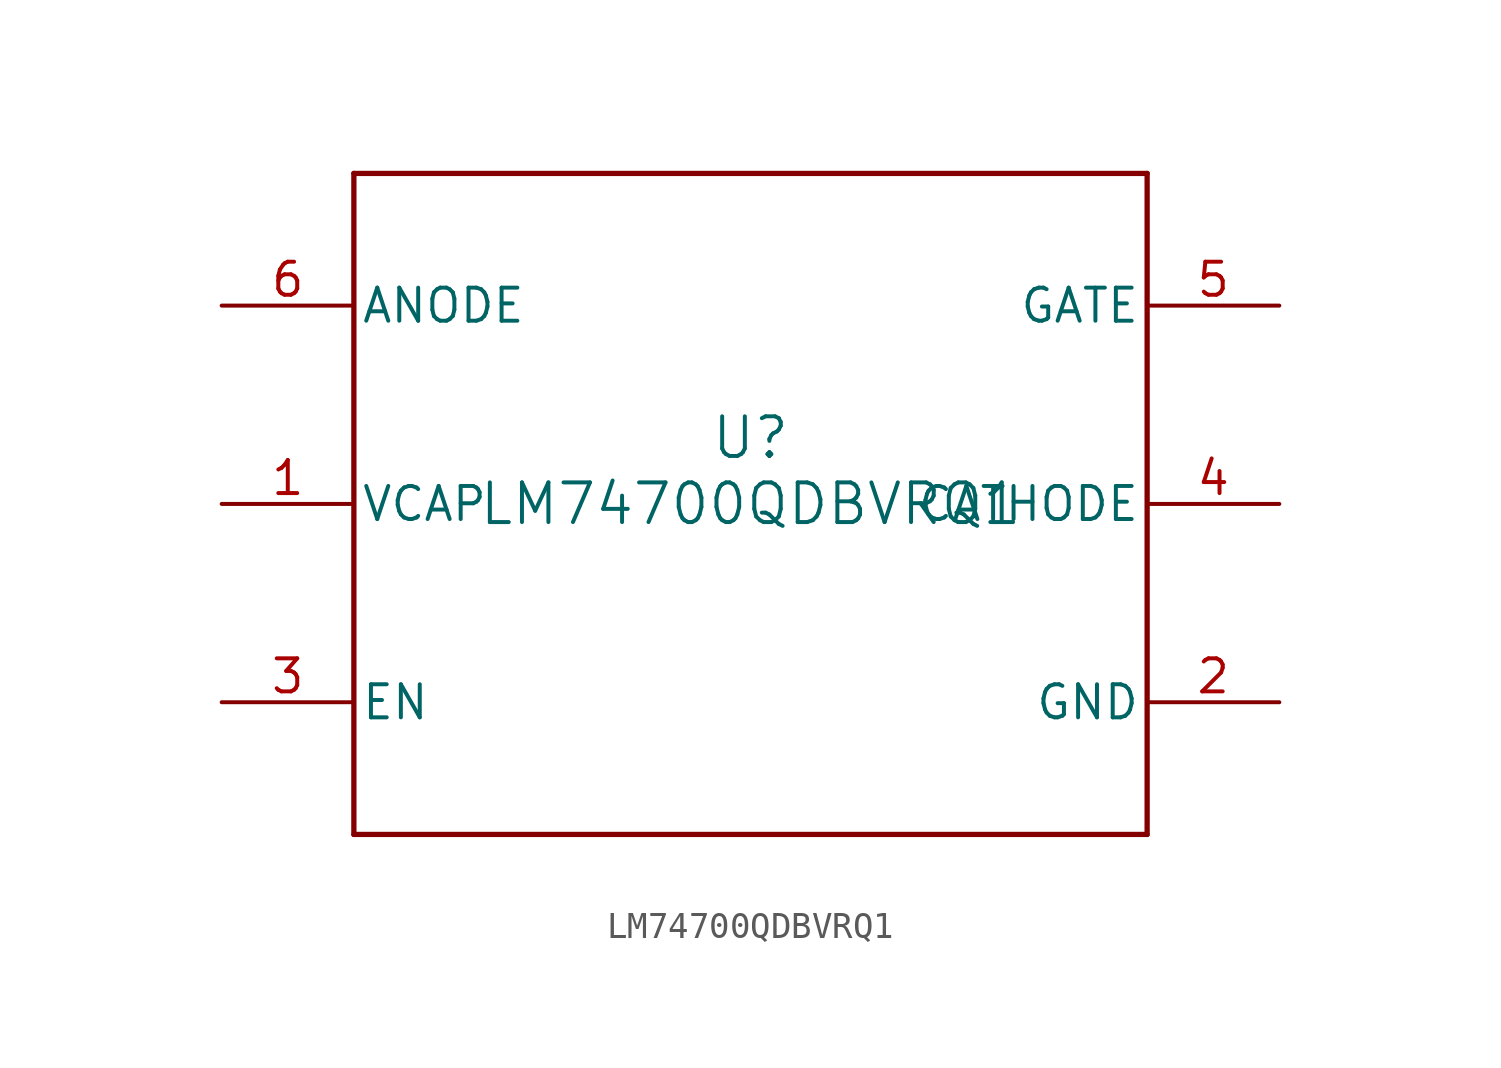
<source format=kicad_sym>
(kicad_symbol_lib
  (version 20220914)
  (generator kicad_symbol_editor)
  (symbol "LM74700QDBVRQ1"
    (pin_names
      (offset 0.254))
    (property "Reference" "U"
      (at 0 2.54 0)
      (effects (font (size 1.524 1.524))))
    (property "Value" "LM74700QDBVRQ1"
      (at 0 0 0)
      (effects (font (size 1.524 1.524))))
    (property "ki_locked" ""
      (at 0 0 0)
      (effects (font (size 1.27 1.27))))
    (symbol "LM74700QDBVRQ1_0_1"
      (polyline (pts (xy -15.24 -12.7) (xy 15.24 -12.7)) (stroke (width 0.203) (type default)) (fill (type none)))
      (polyline (pts (xy -15.24 12.7) (xy -15.24 -12.7)) (stroke (width 0.203) (type default)) (fill (type none)))
      (polyline (pts (xy 15.24 -12.7) (xy 15.24 12.7)) (stroke (width 0.203) (type default)) (fill (type none)))
      (polyline (pts (xy 15.24 12.7) (xy -15.24 12.7)) (stroke (width 0.203) (type default)) (fill (type none)))
      (pin power_in line (at -20.32 0 0) (length 5.08) (name "VCAP" (effects (font (size 1.27 1.27)))) (number "1" (effects (font (size 1.27 1.27)))))
      (pin unspecified line (at 20.32 -7.62 180) (length 5.08) (name "GND" (effects (font (size 1.27 1.27)))) (number "2" (effects (font (size 1.27 1.27)))))
      (pin input line (at -20.32 -7.62 0) (length 5.08) (name "EN" (effects (font (size 1.27 1.27)))) (number "3" (effects (font (size 1.27 1.27)))))
      (pin power_in line (at 20.32 0 180) (length 5.08) (name "CATHODE" (effects (font (size 1.27 1.27)))) (number "4" (effects (font (size 1.27 1.27)))))
      (pin output line (at 20.32 7.62 180) (length 5.08) (name "GATE" (effects (font (size 1.27 1.27)))) (number "5" (effects (font (size 1.27 1.27)))))
      (pin input line (at -20.32 7.62 0) (length 5.08) (name "ANODE" (effects (font (size 1.27 1.27)))) (number "6" (effects (font (size 1.27 1.27))))))))
</source>
